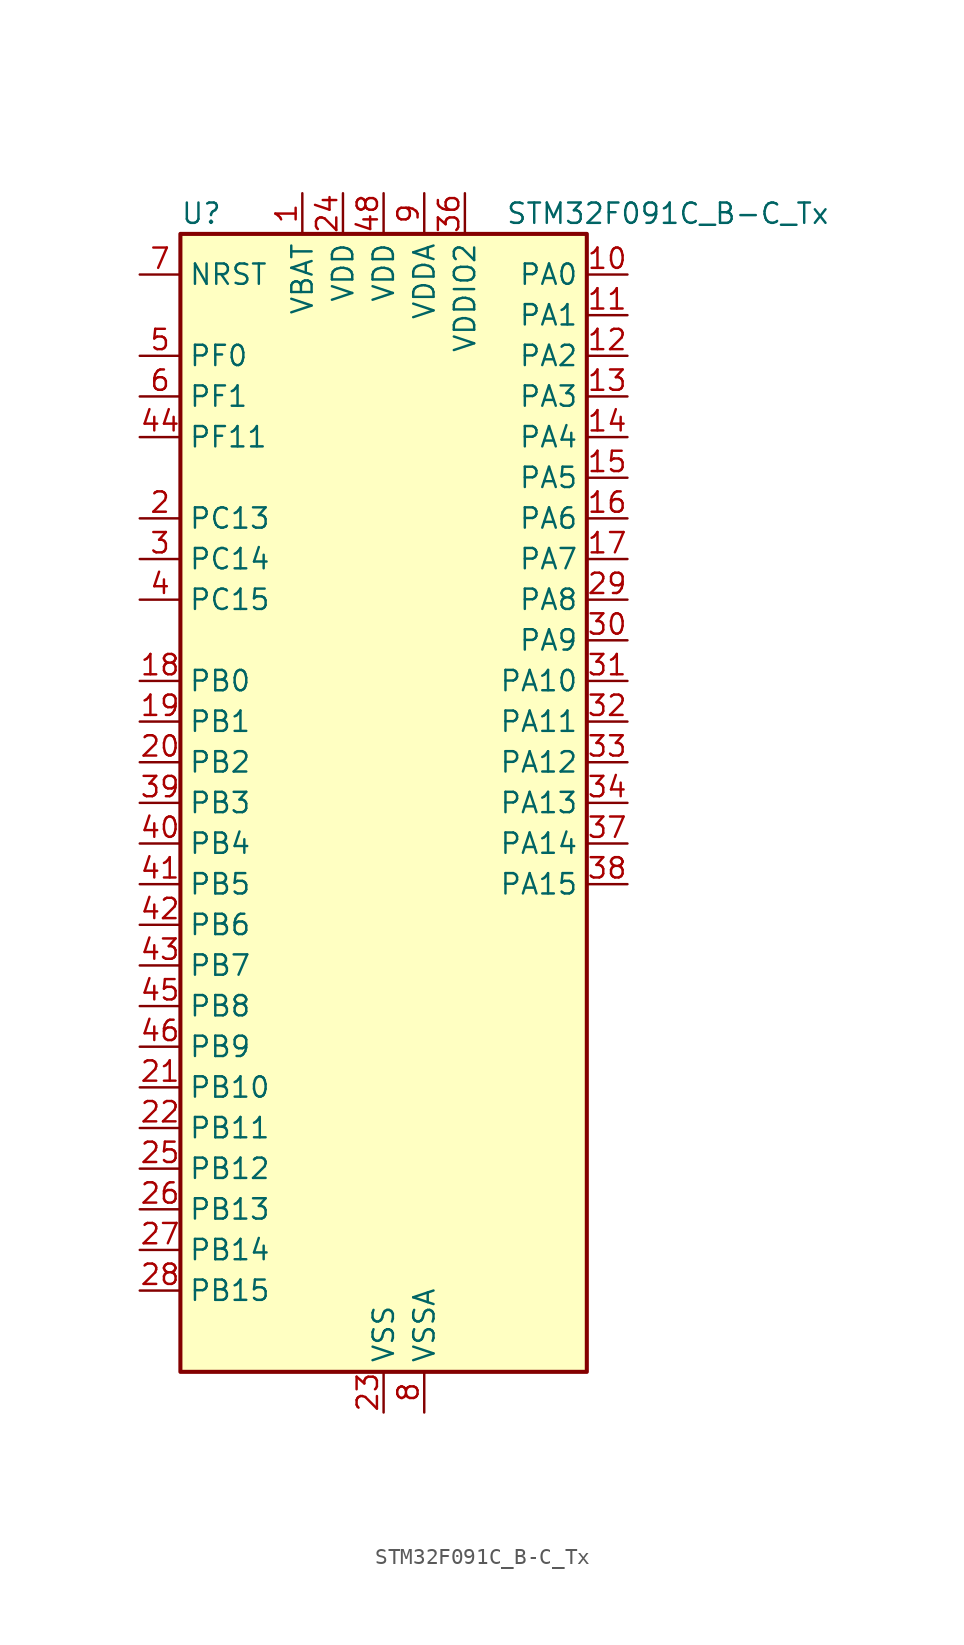
<source format=kicad_sym>
(kicad_symbol_lib
  (version 20220914)
  (generator kicad_symbol_editor)
  (symbol "STM32F091C_B-C_Tx"
    (property "Reference" "U"
      (at -12.7 36.83 0)
      (effects (font (size 1.27 1.27)) (justify left)))
    (property "Value" "STM32F091C_B-C_Tx"
      (at 7.62 36.83 0)
      (effects (font (size 1.27 1.27)) (justify left)))
    (property "ki_locked" ""
      (at 0 0 0)
      (effects (font (size 1.27 1.27))))
    (symbol "STM32F091C_B-C_Tx_0_1"
      (rectangle (start -12.7 -35.56) (end 12.7 35.56) (stroke (width 0.254) (type default)) (fill (type background))))
    (symbol "STM32F091C_B-C_Tx_1_1"
      (pin power_in line (at -5.08 38.1 270) (length 2.54) (name "VBAT" (effects (font (size 1.27 1.27)))) (number "1" (effects (font (size 1.27 1.27)))))
      (pin bidirectional line (at 15.24 33.02 180) (length 2.54) (name "PA0" (effects (font (size 1.27 1.27)))) (number "10" (effects (font (size 1.27 1.27)))) (alternate "ADC_IN0" bidirectional line) (alternate "COMP1_INM" bidirectional line) (alternate "COMP1_OUT" bidirectional line) (alternate "RTC_TAMP2" bidirectional line) (alternate "SYS_WKUP1" bidirectional line) (alternate "TIM2_CH1" bidirectional line) (alternate "TIM2_ETR" bidirectional line) (alternate "TSC_G1_IO1" bidirectional line) (alternate "USART2_CTS" bidirectional line) (alternate "USART4_TX" bidirectional line))
      (pin bidirectional line (at 15.24 30.48 180) (length 2.54) (name "PA1" (effects (font (size 1.27 1.27)))) (number "11" (effects (font (size 1.27 1.27)))) (alternate "ADC_IN1" bidirectional line) (alternate "COMP1_INP" bidirectional line) (alternate "TIM15_CH1N" bidirectional line) (alternate "TIM2_CH2" bidirectional line) (alternate "TSC_G1_IO2" bidirectional line) (alternate "USART2_DE" bidirectional line) (alternate "USART2_RTS" bidirectional line) (alternate "USART4_RX" bidirectional line))
      (pin bidirectional line (at 15.24 27.94 180) (length 2.54) (name "PA2" (effects (font (size 1.27 1.27)))) (number "12" (effects (font (size 1.27 1.27)))) (alternate "ADC_IN2" bidirectional line) (alternate "COMP2_INM" bidirectional line) (alternate "COMP2_OUT" bidirectional line) (alternate "SYS_WKUP4" bidirectional line) (alternate "TIM15_CH1" bidirectional line) (alternate "TIM2_CH3" bidirectional line) (alternate "TSC_G1_IO3" bidirectional line) (alternate "USART2_TX" bidirectional line))
      (pin bidirectional line (at 15.24 25.4 180) (length 2.54) (name "PA3" (effects (font (size 1.27 1.27)))) (number "13" (effects (font (size 1.27 1.27)))) (alternate "ADC_IN3" bidirectional line) (alternate "COMP2_INP" bidirectional line) (alternate "TIM15_CH2" bidirectional line) (alternate "TIM2_CH4" bidirectional line) (alternate "TSC_G1_IO4" bidirectional line) (alternate "USART2_RX" bidirectional line))
      (pin bidirectional line (at 15.24 22.86 180) (length 2.54) (name "PA4" (effects (font (size 1.27 1.27)))) (number "14" (effects (font (size 1.27 1.27)))) (alternate "ADC_IN4" bidirectional line) (alternate "COMP1_INM" bidirectional line) (alternate "COMP2_INM" bidirectional line) (alternate "DAC_OUT1" bidirectional line) (alternate "I2S1_WS" bidirectional line) (alternate "SPI1_NSS" bidirectional line) (alternate "TIM14_CH1" bidirectional line) (alternate "TSC_G2_IO1" bidirectional line) (alternate "USART2_CK" bidirectional line) (alternate "USART6_TX" bidirectional line))
      (pin bidirectional line (at 15.24 20.32 180) (length 2.54) (name "PA5" (effects (font (size 1.27 1.27)))) (number "15" (effects (font (size 1.27 1.27)))) (alternate "ADC_IN5" bidirectional line) (alternate "CEC" bidirectional line) (alternate "COMP1_INM" bidirectional line) (alternate "COMP2_INM" bidirectional line) (alternate "DAC_OUT2" bidirectional line) (alternate "I2S1_CK" bidirectional line) (alternate "SPI1_SCK" bidirectional line) (alternate "TIM2_CH1" bidirectional line) (alternate "TIM2_ETR" bidirectional line) (alternate "TSC_G2_IO2" bidirectional line) (alternate "USART6_RX" bidirectional line))
      (pin bidirectional line (at 15.24 17.78 180) (length 2.54) (name "PA6" (effects (font (size 1.27 1.27)))) (number "16" (effects (font (size 1.27 1.27)))) (alternate "ADC_IN6" bidirectional line) (alternate "COMP1_OUT" bidirectional line) (alternate "I2S1_MCK" bidirectional line) (alternate "SPI1_MISO" bidirectional line) (alternate "TIM16_CH1" bidirectional line) (alternate "TIM1_BKIN" bidirectional line) (alternate "TIM3_CH1" bidirectional line) (alternate "TSC_G2_IO3" bidirectional line) (alternate "USART3_CTS" bidirectional line))
      (pin bidirectional line (at 15.24 15.24 180) (length 2.54) (name "PA7" (effects (font (size 1.27 1.27)))) (number "17" (effects (font (size 1.27 1.27)))) (alternate "ADC_IN7" bidirectional line) (alternate "COMP2_OUT" bidirectional line) (alternate "I2S1_SD" bidirectional line) (alternate "SPI1_MOSI" bidirectional line) (alternate "TIM14_CH1" bidirectional line) (alternate "TIM17_CH1" bidirectional line) (alternate "TIM1_CH1N" bidirectional line) (alternate "TIM3_CH2" bidirectional line) (alternate "TSC_G2_IO4" bidirectional line))
      (pin bidirectional line (at -15.24 7.62 0) (length 2.54) (name "PB0" (effects (font (size 1.27 1.27)))) (number "18" (effects (font (size 1.27 1.27)))) (alternate "ADC_IN8" bidirectional line) (alternate "TIM1_CH2N" bidirectional line) (alternate "TIM3_CH3" bidirectional line) (alternate "TSC_G3_IO2" bidirectional line) (alternate "USART3_CK" bidirectional line))
      (pin bidirectional line (at -15.24 5.08 0) (length 2.54) (name "PB1" (effects (font (size 1.27 1.27)))) (number "19" (effects (font (size 1.27 1.27)))) (alternate "ADC_IN9" bidirectional line) (alternate "TIM14_CH1" bidirectional line) (alternate "TIM1_CH3N" bidirectional line) (alternate "TIM3_CH4" bidirectional line) (alternate "TSC_G3_IO3" bidirectional line) (alternate "USART3_DE" bidirectional line) (alternate "USART3_RTS" bidirectional line))
      (pin bidirectional line (at -15.24 17.78 0) (length 2.54) (name "PC13" (effects (font (size 1.27 1.27)))) (number "2" (effects (font (size 1.27 1.27)))) (alternate "RTC_OUT_ALARM" bidirectional line) (alternate "RTC_OUT_CALIB" bidirectional line) (alternate "RTC_TAMP1" bidirectional line) (alternate "RTC_TS" bidirectional line) (alternate "SYS_WKUP2" bidirectional line))
      (pin bidirectional line (at -15.24 2.54 0) (length 2.54) (name "PB2" (effects (font (size 1.27 1.27)))) (number "20" (effects (font (size 1.27 1.27)))) (alternate "TSC_G3_IO4" bidirectional line))
      (pin bidirectional line (at -15.24 -17.78 0) (length 2.54) (name "PB10" (effects (font (size 1.27 1.27)))) (number "21" (effects (font (size 1.27 1.27)))) (alternate "CEC" bidirectional line) (alternate "I2C2_SCL" bidirectional line) (alternate "I2S2_CK" bidirectional line) (alternate "SPI2_SCK" bidirectional line) (alternate "TIM2_CH3" bidirectional line) (alternate "TSC_SYNC" bidirectional line) (alternate "USART3_TX" bidirectional line))
      (pin bidirectional line (at -15.24 -20.32 0) (length 2.54) (name "PB11" (effects (font (size 1.27 1.27)))) (number "22" (effects (font (size 1.27 1.27)))) (alternate "I2C2_SDA" bidirectional line) (alternate "TIM2_CH4" bidirectional line) (alternate "TSC_G6_IO1" bidirectional line) (alternate "USART3_RX" bidirectional line))
      (pin power_in line (at 0 -38.1 90) (length 2.54) (name "VSS" (effects (font (size 1.27 1.27)))) (number "23" (effects (font (size 1.27 1.27)))))
      (pin power_in line (at -2.54 38.1 270) (length 2.54) (name "VDD" (effects (font (size 1.27 1.27)))) (number "24" (effects (font (size 1.27 1.27)))))
      (pin bidirectional line (at -15.24 -22.86 0) (length 2.54) (name "PB12" (effects (font (size 1.27 1.27)))) (number "25" (effects (font (size 1.27 1.27)))) (alternate "I2S2_WS" bidirectional line) (alternate "SPI2_NSS" bidirectional line) (alternate "TIM15_BKIN" bidirectional line) (alternate "TIM1_BKIN" bidirectional line) (alternate "TSC_G6_IO2" bidirectional line) (alternate "USART3_CK" bidirectional line))
      (pin bidirectional line (at -15.24 -25.4 0) (length 2.54) (name "PB13" (effects (font (size 1.27 1.27)))) (number "26" (effects (font (size 1.27 1.27)))) (alternate "I2C2_SCL" bidirectional line) (alternate "I2S2_CK" bidirectional line) (alternate "SPI2_SCK" bidirectional line) (alternate "TIM1_CH1N" bidirectional line) (alternate "TSC_G6_IO3" bidirectional line) (alternate "USART3_CTS" bidirectional line))
      (pin bidirectional line (at -15.24 -27.94 0) (length 2.54) (name "PB14" (effects (font (size 1.27 1.27)))) (number "27" (effects (font (size 1.27 1.27)))) (alternate "I2C2_SDA" bidirectional line) (alternate "I2S2_MCK" bidirectional line) (alternate "SPI2_MISO" bidirectional line) (alternate "TIM15_CH1" bidirectional line) (alternate "TIM1_CH2N" bidirectional line) (alternate "TSC_G6_IO4" bidirectional line) (alternate "USART3_DE" bidirectional line) (alternate "USART3_RTS" bidirectional line))
      (pin bidirectional line (at -15.24 -30.48 0) (length 2.54) (name "PB15" (effects (font (size 1.27 1.27)))) (number "28" (effects (font (size 1.27 1.27)))) (alternate "I2S2_SD" bidirectional line) (alternate "RTC_REFIN" bidirectional line) (alternate "SPI2_MOSI" bidirectional line) (alternate "SYS_WKUP7" bidirectional line) (alternate "TIM15_CH1N" bidirectional line) (alternate "TIM15_CH2" bidirectional line) (alternate "TIM1_CH3N" bidirectional line))
      (pin bidirectional line (at 15.24 12.7 180) (length 2.54) (name "PA8" (effects (font (size 1.27 1.27)))) (number "29" (effects (font (size 1.27 1.27)))) (alternate "CRS_SYNC" bidirectional line) (alternate "RCC_MCO" bidirectional line) (alternate "TIM1_CH1" bidirectional line) (alternate "USART1_CK" bidirectional line))
      (pin bidirectional line (at -15.24 15.24 0) (length 2.54) (name "PC14" (effects (font (size 1.27 1.27)))) (number "3" (effects (font (size 1.27 1.27)))) (alternate "RCC_OSC32_IN" bidirectional line))
      (pin bidirectional line (at 15.24 10.16 180) (length 2.54) (name "PA9" (effects (font (size 1.27 1.27)))) (number "30" (effects (font (size 1.27 1.27)))) (alternate "DAC_EXTI9" bidirectional line) (alternate "I2C1_SCL" bidirectional line) (alternate "RCC_MCO" bidirectional line) (alternate "TIM15_BKIN" bidirectional line) (alternate "TIM1_CH2" bidirectional line) (alternate "TSC_G4_IO1" bidirectional line) (alternate "USART1_TX" bidirectional line))
      (pin bidirectional line (at 15.24 7.62 180) (length 2.54) (name "PA10" (effects (font (size 1.27 1.27)))) (number "31" (effects (font (size 1.27 1.27)))) (alternate "I2C1_SDA" bidirectional line) (alternate "TIM17_BKIN" bidirectional line) (alternate "TIM1_CH3" bidirectional line) (alternate "TSC_G4_IO2" bidirectional line) (alternate "USART1_RX" bidirectional line))
      (pin bidirectional line (at 15.24 5.08 180) (length 2.54) (name "PA11" (effects (font (size 1.27 1.27)))) (number "32" (effects (font (size 1.27 1.27)))) (alternate "CAN_RX" bidirectional line) (alternate "COMP1_OUT" bidirectional line) (alternate "I2C2_SCL" bidirectional line) (alternate "TIM1_CH4" bidirectional line) (alternate "TSC_G4_IO3" bidirectional line) (alternate "USART1_CTS" bidirectional line))
      (pin bidirectional line (at 15.24 2.54 180) (length 2.54) (name "PA12" (effects (font (size 1.27 1.27)))) (number "33" (effects (font (size 1.27 1.27)))) (alternate "CAN_TX" bidirectional line) (alternate "COMP2_OUT" bidirectional line) (alternate "I2C2_SDA" bidirectional line) (alternate "TIM1_ETR" bidirectional line) (alternate "TSC_G4_IO4" bidirectional line) (alternate "USART1_DE" bidirectional line) (alternate "USART1_RTS" bidirectional line))
      (pin bidirectional line (at 15.24 0 180) (length 2.54) (name "PA13" (effects (font (size 1.27 1.27)))) (number "34" (effects (font (size 1.27 1.27)))) (alternate "IR_OUT" bidirectional line) (alternate "SYS_SWDIO" bidirectional line))
      (pin passive line (at 0 -38.1 90) (length 2.54) hide (name "VSS" (effects (font (size 1.27 1.27)))) (number "35" (effects (font (size 1.27 1.27)))))
      (pin power_in line (at 5.08 38.1 270) (length 2.54) (name "VDDIO2" (effects (font (size 1.27 1.27)))) (number "36" (effects (font (size 1.27 1.27)))))
      (pin bidirectional line (at 15.24 -2.54 180) (length 2.54) (name "PA14" (effects (font (size 1.27 1.27)))) (number "37" (effects (font (size 1.27 1.27)))) (alternate "SYS_SWCLK" bidirectional line) (alternate "USART2_TX" bidirectional line))
      (pin bidirectional line (at 15.24 -5.08 180) (length 2.54) (name "PA15" (effects (font (size 1.27 1.27)))) (number "38" (effects (font (size 1.27 1.27)))) (alternate "I2S1_WS" bidirectional line) (alternate "SPI1_NSS" bidirectional line) (alternate "TIM2_CH1" bidirectional line) (alternate "TIM2_ETR" bidirectional line) (alternate "USART2_RX" bidirectional line) (alternate "USART4_DE" bidirectional line) (alternate "USART4_RTS" bidirectional line))
      (pin bidirectional line (at -15.24 0 0) (length 2.54) (name "PB3" (effects (font (size 1.27 1.27)))) (number "39" (effects (font (size 1.27 1.27)))) (alternate "I2S1_CK" bidirectional line) (alternate "SPI1_SCK" bidirectional line) (alternate "TIM2_CH2" bidirectional line) (alternate "TSC_G5_IO1" bidirectional line) (alternate "USART5_TX" bidirectional line))
      (pin bidirectional line (at -15.24 12.7 0) (length 2.54) (name "PC15" (effects (font (size 1.27 1.27)))) (number "4" (effects (font (size 1.27 1.27)))) (alternate "RCC_OSC32_OUT" bidirectional line))
      (pin bidirectional line (at -15.24 -2.54 0) (length 2.54) (name "PB4" (effects (font (size 1.27 1.27)))) (number "40" (effects (font (size 1.27 1.27)))) (alternate "I2S1_MCK" bidirectional line) (alternate "SPI1_MISO" bidirectional line) (alternate "TIM17_BKIN" bidirectional line) (alternate "TIM3_CH1" bidirectional line) (alternate "TSC_G5_IO2" bidirectional line) (alternate "USART5_RX" bidirectional line))
      (pin bidirectional line (at -15.24 -5.08 0) (length 2.54) (name "PB5" (effects (font (size 1.27 1.27)))) (number "41" (effects (font (size 1.27 1.27)))) (alternate "I2C1_SMBA" bidirectional line) (alternate "I2S1_SD" bidirectional line) (alternate "SPI1_MOSI" bidirectional line) (alternate "SYS_WKUP6" bidirectional line) (alternate "TIM16_BKIN" bidirectional line) (alternate "TIM3_CH2" bidirectional line) (alternate "USART5_CK" bidirectional line) (alternate "USART5_DE" bidirectional line) (alternate "USART5_RTS" bidirectional line))
      (pin bidirectional line (at -15.24 -7.62 0) (length 2.54) (name "PB6" (effects (font (size 1.27 1.27)))) (number "42" (effects (font (size 1.27 1.27)))) (alternate "I2C1_SCL" bidirectional line) (alternate "TIM16_CH1N" bidirectional line) (alternate "TSC_G5_IO3" bidirectional line) (alternate "USART1_TX" bidirectional line))
      (pin bidirectional line (at -15.24 -10.16 0) (length 2.54) (name "PB7" (effects (font (size 1.27 1.27)))) (number "43" (effects (font (size 1.27 1.27)))) (alternate "I2C1_SDA" bidirectional line) (alternate "TIM17_CH1N" bidirectional line) (alternate "TSC_G5_IO4" bidirectional line) (alternate "USART1_RX" bidirectional line) (alternate "USART4_CTS" bidirectional line))
      (pin bidirectional line (at -15.24 22.86 0) (length 2.54) (name "PF11" (effects (font (size 1.27 1.27)))) (number "44" (effects (font (size 1.27 1.27)))))
      (pin bidirectional line (at -15.24 -12.7 0) (length 2.54) (name "PB8" (effects (font (size 1.27 1.27)))) (number "45" (effects (font (size 1.27 1.27)))) (alternate "CAN_RX" bidirectional line) (alternate "CEC" bidirectional line) (alternate "I2C1_SCL" bidirectional line) (alternate "TIM16_CH1" bidirectional line) (alternate "TSC_SYNC" bidirectional line))
      (pin bidirectional line (at -15.24 -15.24 0) (length 2.54) (name "PB9" (effects (font (size 1.27 1.27)))) (number "46" (effects (font (size 1.27 1.27)))) (alternate "CAN_TX" bidirectional line) (alternate "DAC_EXTI9" bidirectional line) (alternate "I2C1_SDA" bidirectional line) (alternate "I2S2_WS" bidirectional line) (alternate "IR_OUT" bidirectional line) (alternate "SPI2_NSS" bidirectional line) (alternate "TIM17_CH1" bidirectional line))
      (pin passive line (at 0 -38.1 90) (length 2.54) hide (name "VSS" (effects (font (size 1.27 1.27)))) (number "47" (effects (font (size 1.27 1.27)))))
      (pin power_in line (at 0 38.1 270) (length 2.54) (name "VDD" (effects (font (size 1.27 1.27)))) (number "48" (effects (font (size 1.27 1.27)))))
      (pin bidirectional line (at -15.24 27.94 0) (length 2.54) (name "PF0" (effects (font (size 1.27 1.27)))) (number "5" (effects (font (size 1.27 1.27)))) (alternate "CRS_SYNC" bidirectional line) (alternate "I2C1_SDA" bidirectional line) (alternate "RCC_OSC_IN" bidirectional line))
      (pin bidirectional line (at -15.24 25.4 0) (length 2.54) (name "PF1" (effects (font (size 1.27 1.27)))) (number "6" (effects (font (size 1.27 1.27)))) (alternate "I2C1_SCL" bidirectional line) (alternate "RCC_OSC_OUT" bidirectional line))
      (pin input line (at -15.24 33.02 0) (length 2.54) (name "NRST" (effects (font (size 1.27 1.27)))) (number "7" (effects (font (size 1.27 1.27)))))
      (pin power_in line (at 2.54 -38.1 90) (length 2.54) (name "VSSA" (effects (font (size 1.27 1.27)))) (number "8" (effects (font (size 1.27 1.27)))))
      (pin power_in line (at 2.54 38.1 270) (length 2.54) (name "VDDA" (effects (font (size 1.27 1.27)))) (number "9" (effects (font (size 1.27 1.27))))))))
</source>
